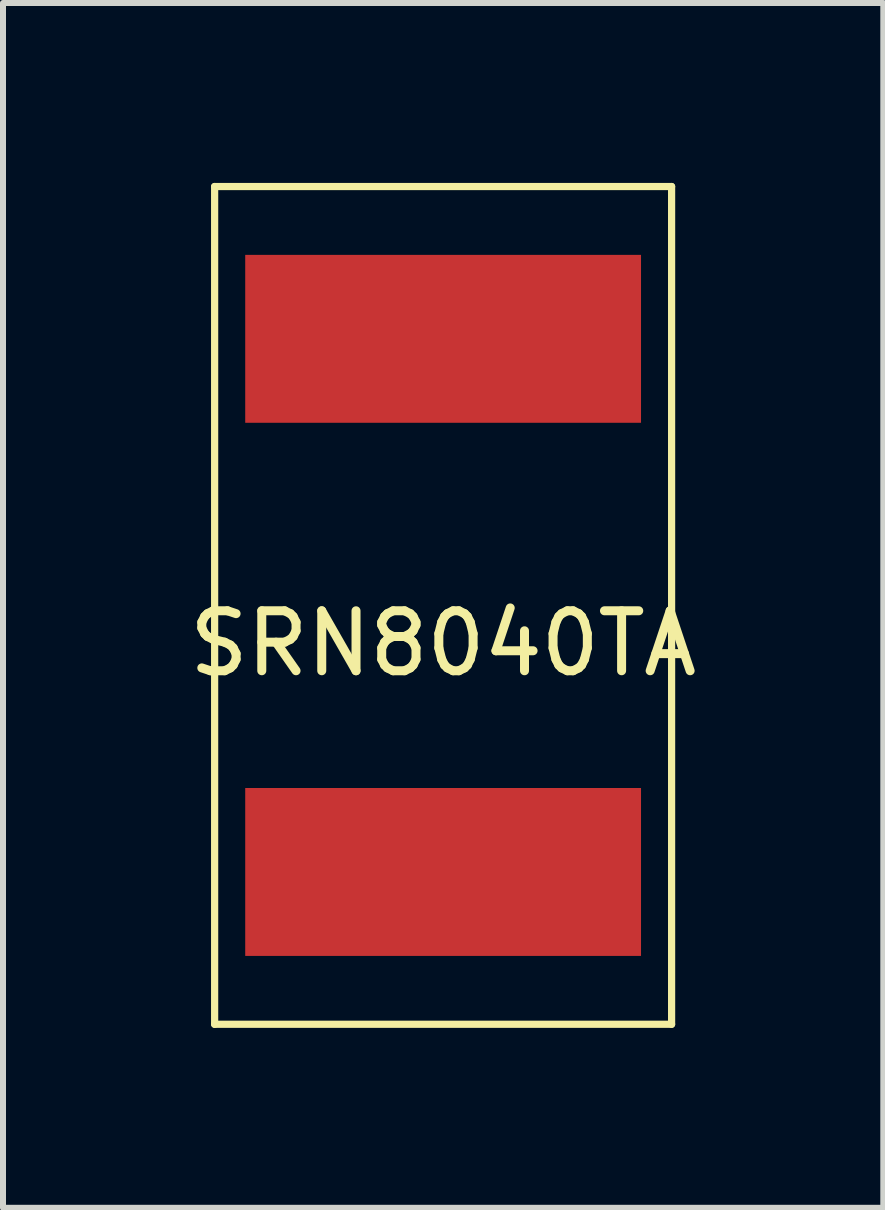
<source format=kicad_pcb>
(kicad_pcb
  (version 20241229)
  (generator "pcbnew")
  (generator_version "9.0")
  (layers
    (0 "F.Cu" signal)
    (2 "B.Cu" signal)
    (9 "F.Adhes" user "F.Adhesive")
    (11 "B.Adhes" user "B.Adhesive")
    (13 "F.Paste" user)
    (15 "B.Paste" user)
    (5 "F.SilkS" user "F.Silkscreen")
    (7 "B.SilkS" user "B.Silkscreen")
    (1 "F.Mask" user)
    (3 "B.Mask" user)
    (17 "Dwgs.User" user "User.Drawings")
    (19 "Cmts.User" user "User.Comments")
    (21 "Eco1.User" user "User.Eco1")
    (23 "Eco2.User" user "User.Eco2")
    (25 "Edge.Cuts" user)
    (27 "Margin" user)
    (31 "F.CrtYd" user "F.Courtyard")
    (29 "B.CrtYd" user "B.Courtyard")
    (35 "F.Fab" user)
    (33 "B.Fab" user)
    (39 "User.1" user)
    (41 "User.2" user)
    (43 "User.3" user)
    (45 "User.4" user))
  (footprint "SRN8040TA"
    (layer "F.Cu")
    (at 4.339 6.41)
    (property "Reference" "SRN8040TA" (at 0 1.27 0) (layer "F.SilkS") (effects (font (size 1 1) (thickness 0.15))))
    (attr through_hole)
    (fp_line (start -3.81 -6.35) (end 3.81 -6.35) (stroke (width 0.12) (type solid)) (layer "F.SilkS"))
    (fp_line (start -3.81 7.62) (end -3.81 -6.35) (stroke (width 0.12) (type solid)) (layer "F.SilkS"))
    (fp_line (start 3.81 -6.35) (end 3.81 7.62) (stroke (width 0.12) (type solid)) (layer "F.SilkS"))
    (fp_line (start 3.81 7.62) (end -3.81 7.62) (stroke (width 0.12) (type solid)) (layer "F.SilkS"))
    (pad "1" smd rect (at 0 5.08) (size 6.6 2.8) (layers "F.Cu" "F.Mask" "F.Paste"))
    (pad "2" smd rect (at 0 -3.81) (size 6.6 2.8) (layers "F.Cu" "F.Mask" "F.Paste")))
  (gr_rect
    (start -3 -3)
    (end 11.679 17.09)
    (stroke (width 0.1) (type default))
    (fill no)
    (layer "Edge.Cuts")))
</source>
